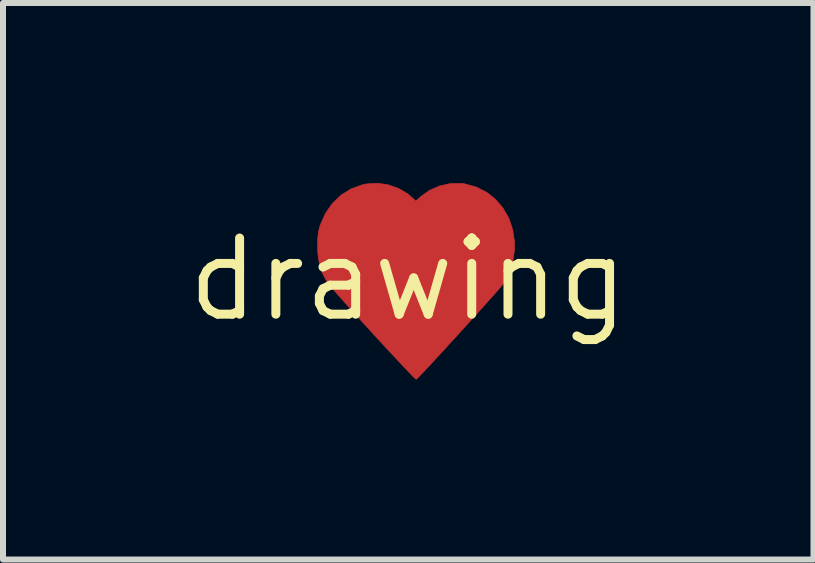
<source format=kicad_pcb>
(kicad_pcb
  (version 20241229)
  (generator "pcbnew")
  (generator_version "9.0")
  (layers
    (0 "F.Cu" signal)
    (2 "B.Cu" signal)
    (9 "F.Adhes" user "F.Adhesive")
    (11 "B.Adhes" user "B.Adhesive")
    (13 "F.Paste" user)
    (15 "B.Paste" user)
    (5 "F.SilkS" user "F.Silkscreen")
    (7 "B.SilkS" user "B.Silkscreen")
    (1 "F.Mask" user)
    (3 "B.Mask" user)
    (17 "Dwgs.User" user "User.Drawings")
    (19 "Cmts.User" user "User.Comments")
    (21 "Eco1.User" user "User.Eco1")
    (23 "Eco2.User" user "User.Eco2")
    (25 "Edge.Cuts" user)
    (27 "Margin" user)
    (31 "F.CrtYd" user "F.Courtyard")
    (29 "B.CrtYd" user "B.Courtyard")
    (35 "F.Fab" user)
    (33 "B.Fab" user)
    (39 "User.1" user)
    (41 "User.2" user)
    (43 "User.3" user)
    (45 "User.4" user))
  (footprint "drawing"
    (layer "F.Cu")
    (at 3.757 1.609)
    (property "Reference" "drawing" (at 0 0 0) (layer "F.SilkS") (effects (font (size 1.27 1.27) (thickness 0.15))))
    (attr through_hole)
    (fp_poly (pts (xy -0.337 -1.578) (xy -0.167 -1.52) (xy -0.016 -1.432) (xy 0.04 -1.386) (xy 0.127 -1.307) (xy 0.214 -1.386) (xy 0.355 -1.486) (xy 0.518 -1.557) (xy 0.694 -1.597) (xy 0.872 -1.602) (xy 0.945 -1.593) (xy 1.137 -1.54) (xy 1.309 -1.452) (xy 1.458 -1.333) (xy 1.582 -1.187) (xy 1.678 -1.018) (xy 1.742 -0.83) (xy 1.772 -0.627) (xy 1.771 -0.487) (xy 1.739 -0.27) (xy 1.672 -0.076) (xy 1.6 0.053) (xy 1.576 0.084) (xy 1.527 0.142) (xy 1.457 0.222) (xy 1.369 0.321) (xy 1.267 0.435) (xy 1.154 0.561) (xy 1.033 0.694) (xy 0.908 0.832) (xy 0.782 0.971) (xy 0.658 1.106) (xy 0.54 1.235) (xy 0.43 1.354) (xy 0.333 1.459) (xy 0.251 1.546) (xy 0.187 1.612) (xy 0.146 1.653) (xy 0.131 1.666) (xy 0.114 1.652) (xy 0.072 1.61) (xy 0.006 1.542) (xy -0.079 1.452) (xy -0.182 1.342) (xy -0.3 1.216) (xy -0.429 1.076) (xy -0.568 0.926) (xy -0.59 0.901) (xy -0.732 0.746) (xy -0.867 0.597) (xy -0.992 0.458) (xy -1.104 0.333) (xy -1.199 0.225) (xy -1.275 0.137) (xy -1.328 0.073) (xy -1.356 0.036) (xy -1.357 0.035) (xy -1.434 -0.11) (xy -1.482 -0.258) (xy -1.507 -0.423) (xy -1.512 -0.55) (xy -1.51 -0.67) (xy -1.502 -0.763) (xy -1.486 -0.843) (xy -1.465 -0.912) (xy -1.378 -1.106) (xy -1.262 -1.271) (xy -1.119 -1.407) (xy -0.952 -1.51) (xy -0.765 -1.578) (xy -0.691 -1.593) (xy -0.515 -1.604) (xy -0.337 -1.578)) (stroke (width 0.01) (type solid)) (fill yes) (layer "F.Cu")))
  (gr_rect
    (start -3 -3)
    (end 10.514 6.28)
    (stroke (width 0.1) (type default))
    (fill no)
    (layer "Edge.Cuts")))
</source>
